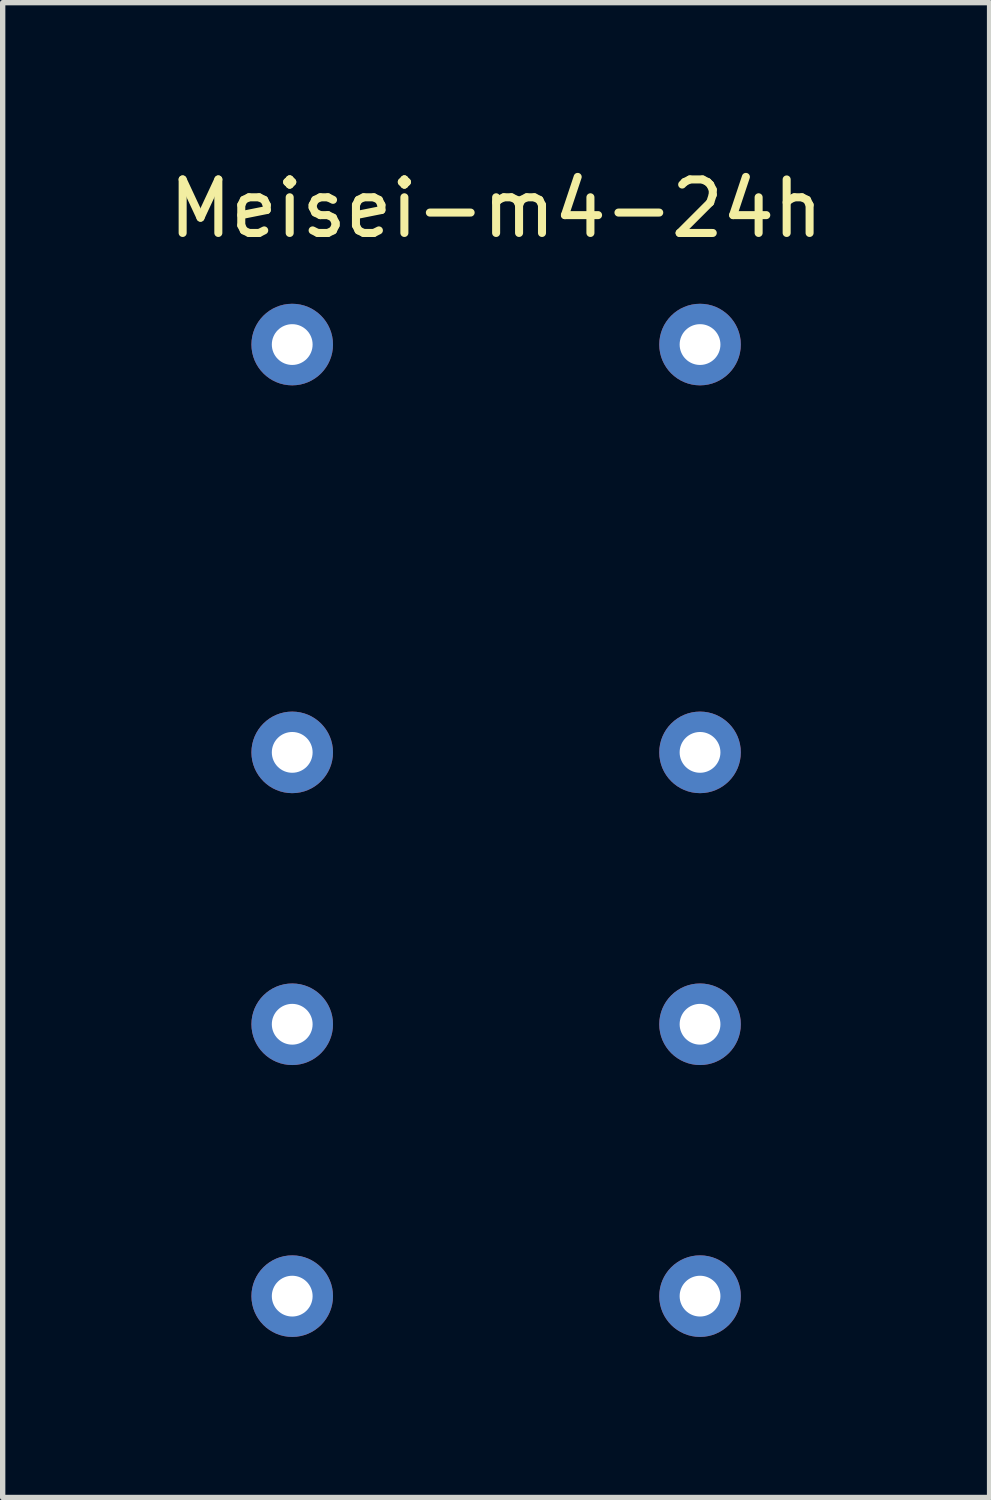
<source format=kicad_pcb>
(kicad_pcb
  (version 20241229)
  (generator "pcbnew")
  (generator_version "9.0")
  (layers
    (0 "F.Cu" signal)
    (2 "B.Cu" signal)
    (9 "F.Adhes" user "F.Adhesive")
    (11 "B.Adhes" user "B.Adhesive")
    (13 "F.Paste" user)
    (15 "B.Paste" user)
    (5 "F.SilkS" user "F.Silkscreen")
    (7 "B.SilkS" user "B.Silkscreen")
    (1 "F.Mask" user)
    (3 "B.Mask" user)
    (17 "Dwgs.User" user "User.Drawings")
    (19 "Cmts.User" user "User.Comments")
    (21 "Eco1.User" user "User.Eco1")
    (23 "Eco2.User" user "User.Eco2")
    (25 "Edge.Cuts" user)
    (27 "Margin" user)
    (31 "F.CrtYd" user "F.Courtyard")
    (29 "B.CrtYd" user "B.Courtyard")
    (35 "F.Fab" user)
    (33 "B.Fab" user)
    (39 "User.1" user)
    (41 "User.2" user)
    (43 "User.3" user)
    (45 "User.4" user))
  (footprint "Meisei-m4-24h"
    (layer "F.Cu")
    (at 2.41 3.388)
    (property "Reference" "Meisei-m4-24h" (at 3.81 -2.54 0) (layer "F.SilkS") (effects (font (size 1 1) (thickness 0.15))))
    (attr through_hole)
    (pad "1" thru_hole circle (at 0 0) (size 1.524 1.524) (drill 0.762) (layers "*.Cu" "*.Mask"))
    (pad "4" thru_hole circle (at 0 7.62) (size 1.524 1.524) (drill 0.762) (layers "*.Cu" "*.Mask"))
    (pad "6" thru_hole circle (at 0 12.7) (size 1.524 1.524) (drill 0.762) (layers "*.Cu" "*.Mask"))
    (pad "8" thru_hole circle (at 0 17.78) (size 1.524 1.524) (drill 0.762) (layers "*.Cu" "*.Mask"))
    (pad "9" thru_hole circle (at 7.62 17.78) (size 1.524 1.524) (drill 0.762) (layers "*.Cu" "*.Mask"))
    (pad "11" thru_hole circle (at 7.62 12.7) (size 1.524 1.524) (drill 0.762) (layers "*.Cu" "*.Mask"))
    (pad "13" thru_hole circle (at 7.62 7.62) (size 1.524 1.524) (drill 0.762) (layers "*.Cu" "*.Mask"))
    (pad "16" thru_hole circle (at 7.62 0) (size 1.524 1.524) (drill 0.762) (layers "*.Cu" "*.Mask")))
  (gr_rect
    (start -3 -3)
    (end 15.44 24.93)
    (stroke (width 0.1) (type default))
    (fill no)
    (layer "Edge.Cuts")))
</source>
